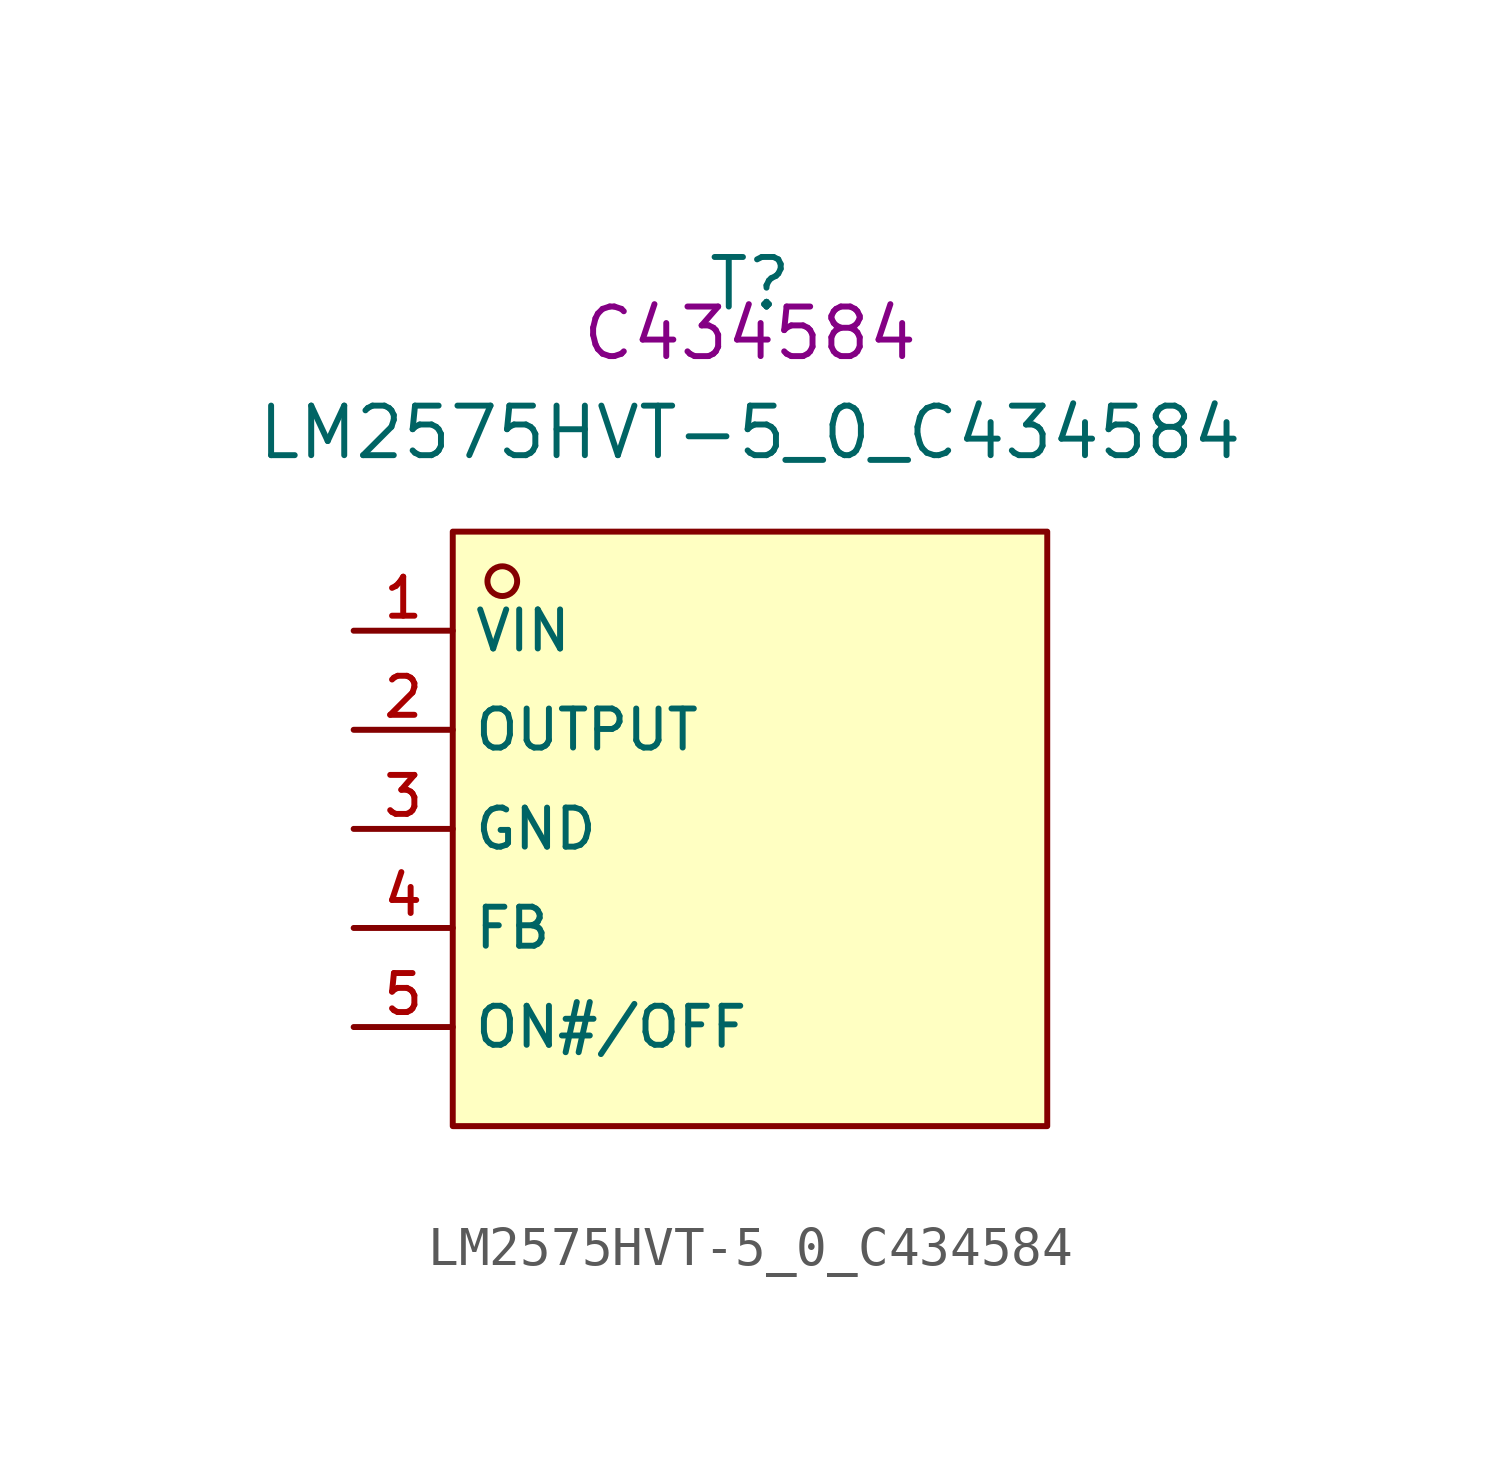
<source format=kicad_sym>
(kicad_symbol_lib
  (version 20210201)
  (generator TousstNicolas/JLC2KiCad_lib)
  (symbol "LM2575HVT-5_0_C434584"
    (property "Reference" "T"
      (at 0 1.27 0)
      (effects (font (size 1.27 1.27))))
    (property "Value" "LM2575HVT-5_0_C434584"
      (at 0 -2.54 0)
      (effects (font (size 1.27 1.27))))
    (property "LCSC" "C434584"
      (at 0 0 0)
      (effects (font (size 1.27 1.27))))
    (symbol "LM2575HVT-5_0_C434584_0_0"
      (rectangle (start -7.62 -5.08) (end 7.62 -20.32) (stroke (width 0) (type default) (color 0 0 0 0)) (fill (type background)))
      (circle (center -6.35 -6.35) (radius 0.381) (stroke (width 0) (type default) (color 0 0 0 0)) (fill (type background)))
      (pin unspecified line (at -10.16 -7.62 0) (length 2.54) (name "VIN" (effects (font (size 1 1)))) (number "1" (effects (font (size 1 1)))))
      (pin unspecified line (at -10.16 -10.16 0) (length 2.54) (name "OUTPUT" (effects (font (size 1 1)))) (number "2" (effects (font (size 1 1)))))
      (pin unspecified line (at -10.16 -12.7 0) (length 2.54) (name "GND" (effects (font (size 1 1)))) (number "3" (effects (font (size 1 1)))))
      (pin unspecified line (at -10.16 -15.24 0) (length 2.54) (name "FB" (effects (font (size 1 1)))) (number "4" (effects (font (size 1 1)))))
      (pin unspecified line (at -10.16 -17.78 0) (length 2.54) (name "ON#/OFF" (effects (font (size 1 1)))) (number "5" (effects (font (size 1 1))))))))
</source>
